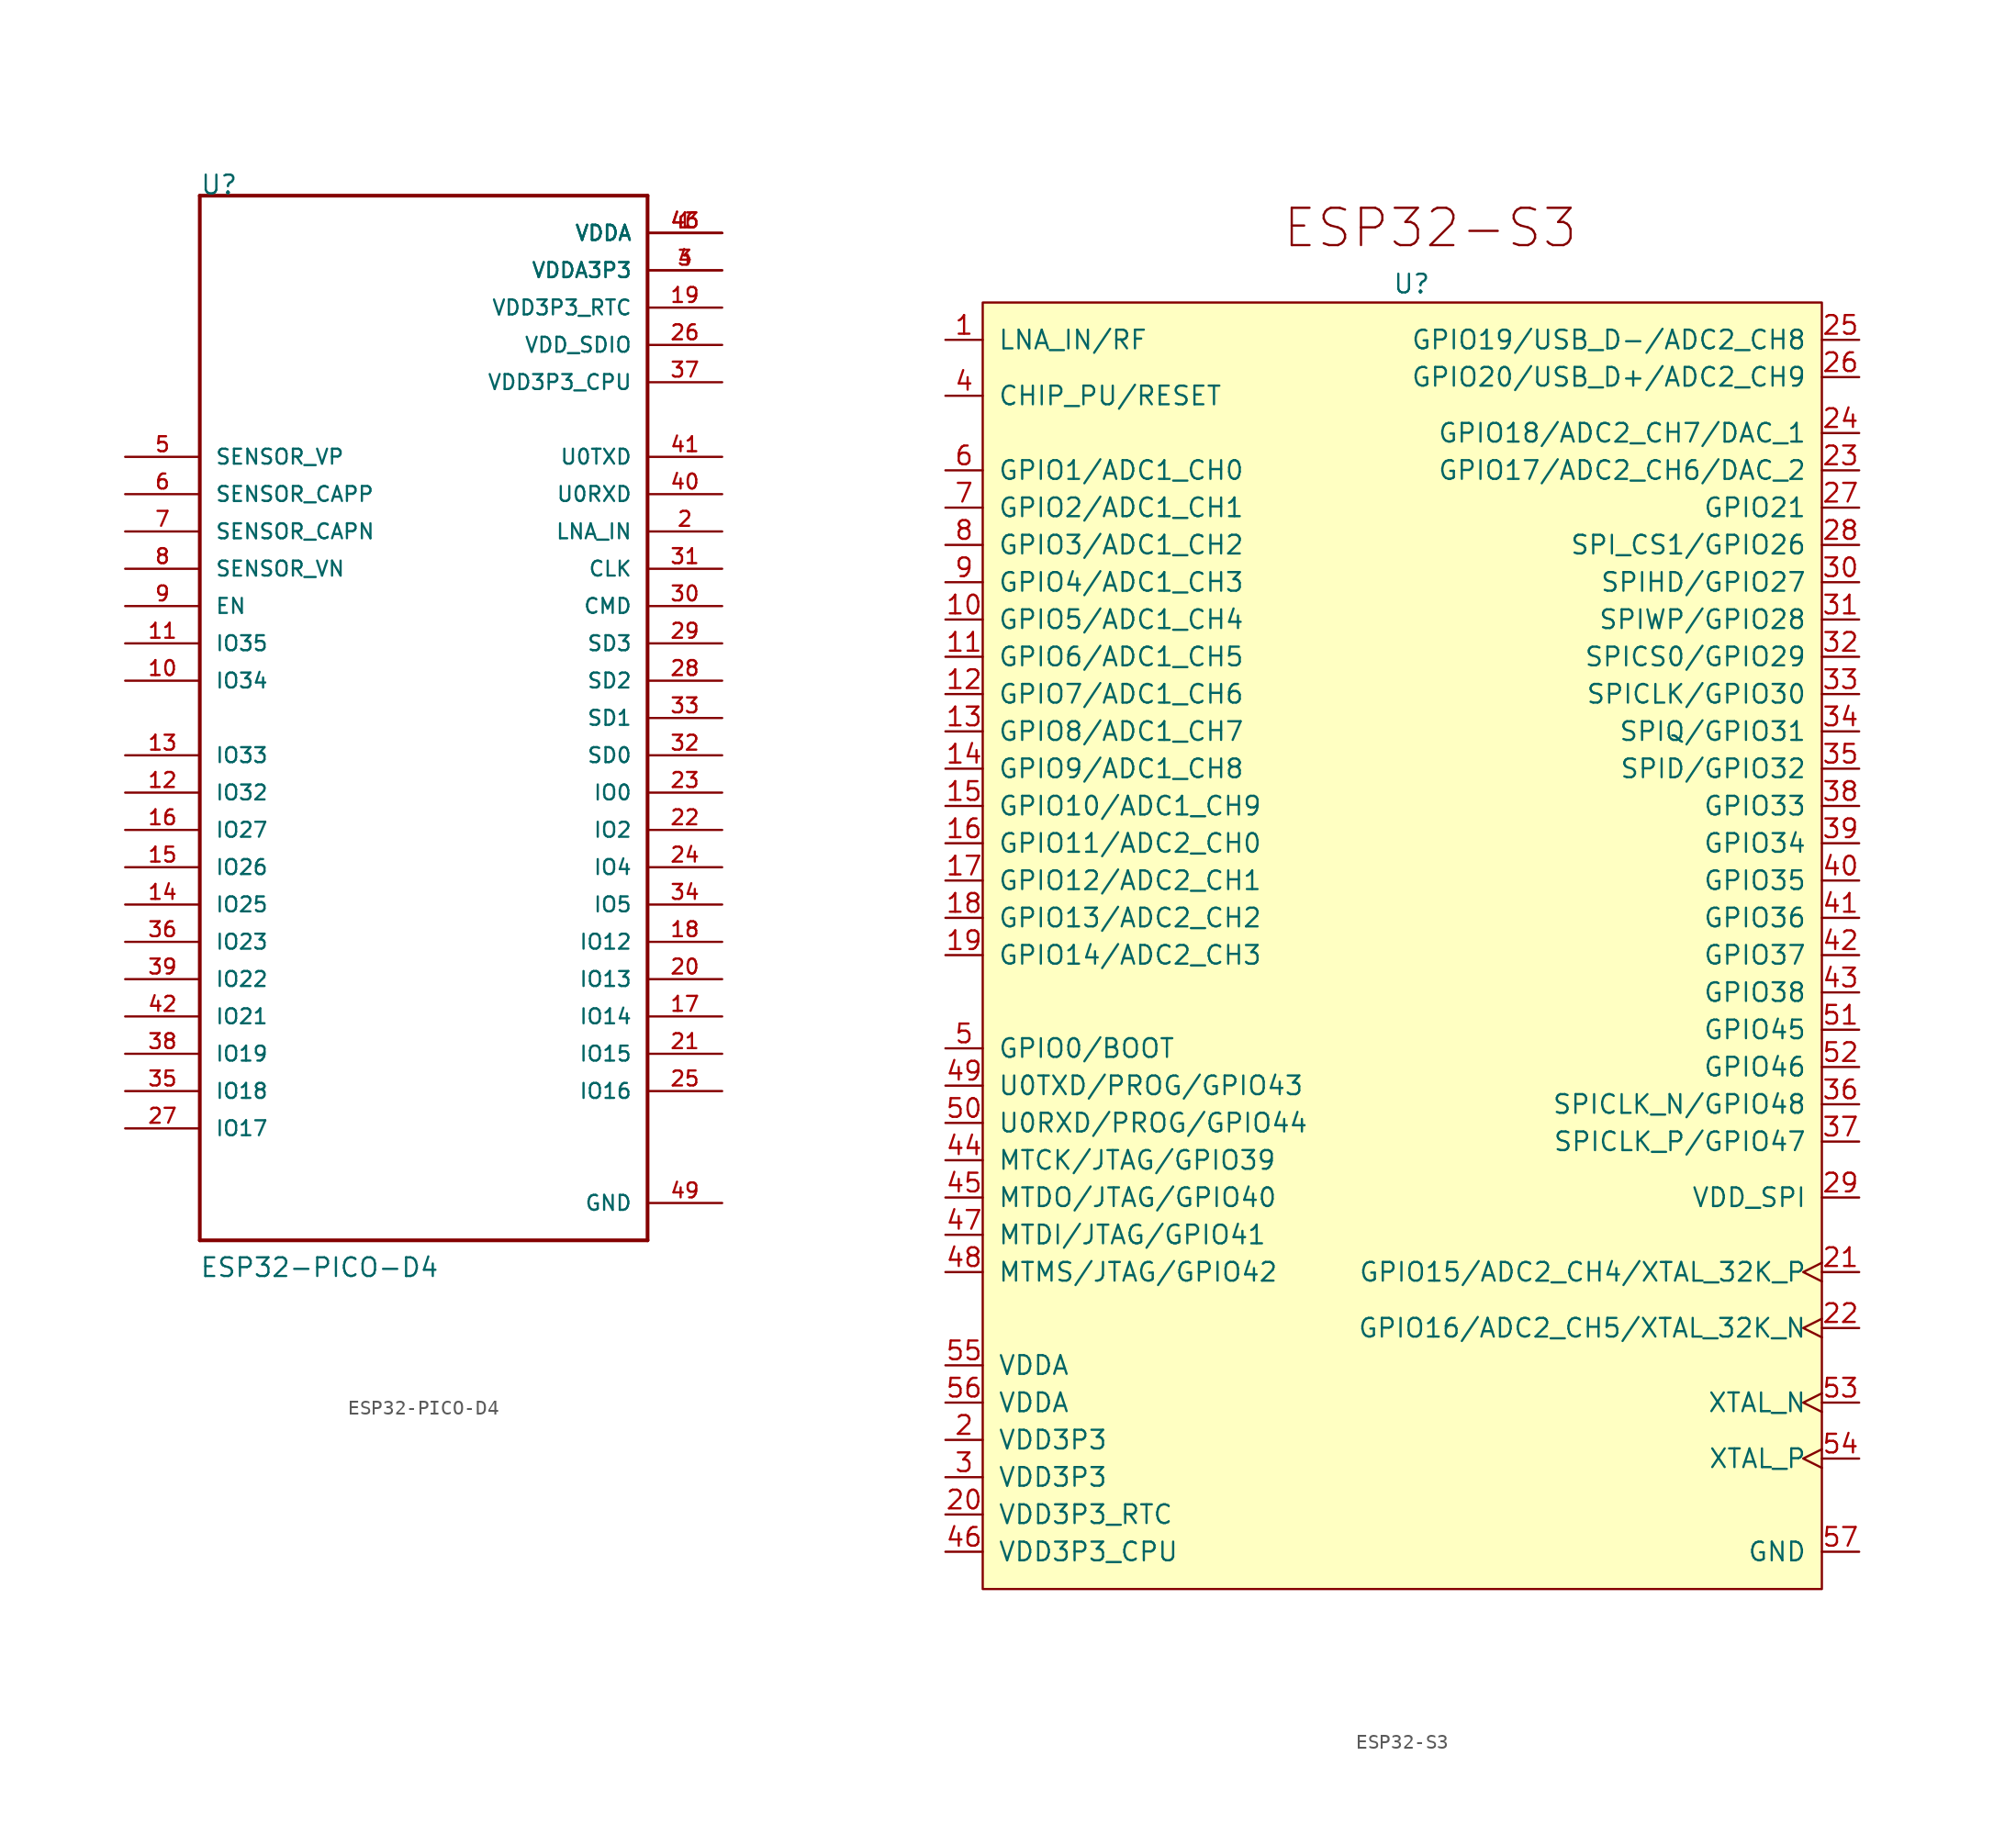
<source format=kicad_sym>
(kicad_symbol_lib
  (version 20211014)
  (generator kicad_symbol_editor)
  (symbol "ESP32-PICO-D4"
    (pin_names
      (offset 1.016))
    (property "Reference" "U"
      (at -15.24 35.56 0)
      (effects (font (size 1.27 1.27)) (justify left bottom)))
    (property "Value" "ESP32-PICO-D4"
      (at -15.265 -38.151 0)
      (effects (font (size 1.27 1.27)) (justify left bottom)))
    (symbol "ESP32-PICO-D4_0_0"
      (polyline (pts (xy -15.24 -35.56) (xy -15.24 35.56)) (stroke (width 0.254) (type default) (color 0 0 0 0)) (fill (type none)))
      (polyline (pts (xy -15.24 35.56) (xy 15.24 35.56)) (stroke (width 0.254) (type default) (color 0 0 0 0)) (fill (type none)))
      (polyline (pts (xy 15.24 -35.56) (xy -15.24 -35.56)) (stroke (width 0.254) (type default) (color 0 0 0 0)) (fill (type none)))
      (polyline (pts (xy 15.24 35.56) (xy 15.24 -35.56)) (stroke (width 0.254) (type default) (color 0 0 0 0)) (fill (type none)))
      (pin power_in line (at 20.32 33.02 180) (length 5.08) (name "VDDA" (effects (font (size 1.016 1.016)))) (number "1" (effects (font (size 1.016 1.016)))))
      (pin input line (at -20.32 2.54 0) (length 5.08) (name "IO34" (effects (font (size 1.016 1.016)))) (number "10" (effects (font (size 1.016 1.016)))))
      (pin input line (at -20.32 5.08 0) (length 5.08) (name "IO35" (effects (font (size 1.016 1.016)))) (number "11" (effects (font (size 1.016 1.016)))))
      (pin bidirectional line (at -20.32 -5.08 0) (length 5.08) (name "IO32" (effects (font (size 1.016 1.016)))) (number "12" (effects (font (size 1.016 1.016)))))
      (pin bidirectional line (at -20.32 -2.54 0) (length 5.08) (name "IO33" (effects (font (size 1.016 1.016)))) (number "13" (effects (font (size 1.016 1.016)))))
      (pin bidirectional line (at -20.32 -12.7 0) (length 5.08) (name "IO25" (effects (font (size 1.016 1.016)))) (number "14" (effects (font (size 1.016 1.016)))))
      (pin bidirectional line (at -20.32 -10.16 0) (length 5.08) (name "IO26" (effects (font (size 1.016 1.016)))) (number "15" (effects (font (size 1.016 1.016)))))
      (pin bidirectional line (at -20.32 -7.62 0) (length 5.08) (name "IO27" (effects (font (size 1.016 1.016)))) (number "16" (effects (font (size 1.016 1.016)))))
      (pin bidirectional line (at 20.32 -20.32 180) (length 5.08) (name "IO14" (effects (font (size 1.016 1.016)))) (number "17" (effects (font (size 1.016 1.016)))))
      (pin bidirectional line (at 20.32 -15.24 180) (length 5.08) (name "IO12" (effects (font (size 1.016 1.016)))) (number "18" (effects (font (size 1.016 1.016)))))
      (pin power_in line (at 20.32 27.94 180) (length 5.08) (name "VDD3P3_RTC" (effects (font (size 1.016 1.016)))) (number "19" (effects (font (size 1.016 1.016)))))
      (pin bidirectional line (at 20.32 12.7 180) (length 5.08) (name "LNA_IN" (effects (font (size 1.016 1.016)))) (number "2" (effects (font (size 1.016 1.016)))))
      (pin bidirectional line (at 20.32 -17.78 180) (length 5.08) (name "IO13" (effects (font (size 1.016 1.016)))) (number "20" (effects (font (size 1.016 1.016)))))
      (pin bidirectional line (at 20.32 -22.86 180) (length 5.08) (name "IO15" (effects (font (size 1.016 1.016)))) (number "21" (effects (font (size 1.016 1.016)))))
      (pin bidirectional line (at 20.32 -7.62 180) (length 5.08) (name "IO2" (effects (font (size 1.016 1.016)))) (number "22" (effects (font (size 1.016 1.016)))))
      (pin bidirectional line (at 20.32 -5.08 180) (length 5.08) (name "IO0" (effects (font (size 1.016 1.016)))) (number "23" (effects (font (size 1.016 1.016)))))
      (pin bidirectional line (at 20.32 -10.16 180) (length 5.08) (name "IO4" (effects (font (size 1.016 1.016)))) (number "24" (effects (font (size 1.016 1.016)))))
      (pin bidirectional line (at 20.32 -25.4 180) (length 5.08) (name "IO16" (effects (font (size 1.016 1.016)))) (number "25" (effects (font (size 1.016 1.016)))))
      (pin power_in line (at 20.32 25.4 180) (length 5.08) (name "VDD_SDIO" (effects (font (size 1.016 1.016)))) (number "26" (effects (font (size 1.016 1.016)))))
      (pin bidirectional line (at -20.32 -27.94 0) (length 5.08) (name "IO17" (effects (font (size 1.016 1.016)))) (number "27" (effects (font (size 1.016 1.016)))))
      (pin bidirectional line (at 20.32 2.54 180) (length 5.08) (name "SD2" (effects (font (size 1.016 1.016)))) (number "28" (effects (font (size 1.016 1.016)))))
      (pin bidirectional line (at 20.32 5.08 180) (length 5.08) (name "SD3" (effects (font (size 1.016 1.016)))) (number "29" (effects (font (size 1.016 1.016)))))
      (pin power_in line (at 20.32 30.48 180) (length 5.08) (name "VDDA3P3" (effects (font (size 1.016 1.016)))) (number "3" (effects (font (size 1.016 1.016)))))
      (pin bidirectional line (at 20.32 7.62 180) (length 5.08) (name "CMD" (effects (font (size 1.016 1.016)))) (number "30" (effects (font (size 1.016 1.016)))))
      (pin bidirectional line (at 20.32 10.16 180) (length 5.08) (name "CLK" (effects (font (size 1.016 1.016)))) (number "31" (effects (font (size 1.016 1.016)))))
      (pin bidirectional line (at 20.32 -2.54 180) (length 5.08) (name "SD0" (effects (font (size 1.016 1.016)))) (number "32" (effects (font (size 1.016 1.016)))))
      (pin bidirectional line (at 20.32 0 180) (length 5.08) (name "SD1" (effects (font (size 1.016 1.016)))) (number "33" (effects (font (size 1.016 1.016)))))
      (pin bidirectional line (at 20.32 -12.7 180) (length 5.08) (name "IO5" (effects (font (size 1.016 1.016)))) (number "34" (effects (font (size 1.016 1.016)))))
      (pin bidirectional line (at -20.32 -25.4 0) (length 5.08) (name "IO18" (effects (font (size 1.016 1.016)))) (number "35" (effects (font (size 1.016 1.016)))))
      (pin bidirectional line (at -20.32 -15.24 0) (length 5.08) (name "IO23" (effects (font (size 1.016 1.016)))) (number "36" (effects (font (size 1.016 1.016)))))
      (pin power_in line (at 20.32 22.86 180) (length 5.08) (name "VDD3P3_CPU" (effects (font (size 1.016 1.016)))) (number "37" (effects (font (size 1.016 1.016)))))
      (pin bidirectional line (at -20.32 -22.86 0) (length 5.08) (name "IO19" (effects (font (size 1.016 1.016)))) (number "38" (effects (font (size 1.016 1.016)))))
      (pin bidirectional line (at -20.32 -17.78 0) (length 5.08) (name "IO22" (effects (font (size 1.016 1.016)))) (number "39" (effects (font (size 1.016 1.016)))))
      (pin power_in line (at 20.32 30.48 180) (length 5.08) (name "VDDA3P3" (effects (font (size 1.016 1.016)))) (number "4" (effects (font (size 1.016 1.016)))))
      (pin bidirectional line (at 20.32 15.24 180) (length 5.08) (name "U0RXD" (effects (font (size 1.016 1.016)))) (number "40" (effects (font (size 1.016 1.016)))))
      (pin bidirectional line (at 20.32 17.78 180) (length 5.08) (name "U0TXD" (effects (font (size 1.016 1.016)))) (number "41" (effects (font (size 1.016 1.016)))))
      (pin bidirectional line (at -20.32 -20.32 0) (length 5.08) (name "IO21" (effects (font (size 1.016 1.016)))) (number "42" (effects (font (size 1.016 1.016)))))
      (pin power_in line (at 20.32 33.02 180) (length 5.08) (name "VDDA" (effects (font (size 1.016 1.016)))) (number "43" (effects (font (size 1.016 1.016)))))
      (pin power_in line (at 20.32 33.02 180) (length 5.08) (name "VDDA" (effects (font (size 1.016 1.016)))) (number "46" (effects (font (size 1.016 1.016)))))
      (pin power_in line (at 20.32 -33.02 180) (length 5.08) (name "GND" (effects (font (size 1.016 1.016)))) (number "49" (effects (font (size 1.016 1.016)))))
      (pin input line (at -20.32 17.78 0) (length 5.08) (name "SENSOR_VP" (effects (font (size 1.016 1.016)))) (number "5" (effects (font (size 1.016 1.016)))))
      (pin input line (at -20.32 15.24 0) (length 5.08) (name "SENSOR_CAPP" (effects (font (size 1.016 1.016)))) (number "6" (effects (font (size 1.016 1.016)))))
      (pin input line (at -20.32 12.7 0) (length 5.08) (name "SENSOR_CAPN" (effects (font (size 1.016 1.016)))) (number "7" (effects (font (size 1.016 1.016)))))
      (pin input line (at -20.32 10.16 0) (length 5.08) (name "SENSOR_VN" (effects (font (size 1.016 1.016)))) (number "8" (effects (font (size 1.016 1.016)))))
      (pin input line (at -20.32 7.62 0) (length 5.08) (name "EN" (effects (font (size 1.016 1.016)))) (number "9" (effects (font (size 1.016 1.016)))))))
  (symbol "ESP32-S3"
    (pin_names
      (offset 1.016))
    (property "Reference" "U"
      (at 0 46.99 0)
      (effects (font (size 1.27 1.27))))
    (symbol "ESP32-S3_0_0"
      (text "ESP32-S3" (at 1.27 50.8 0) (effects (font (size 2.54 2.54))))
      (pin bidirectional line (at 30.48 -8.89 180) (length 2.54) (name "SPICLK_N/GPIO48" (effects (font (size 1.27 1.27)))) (number "36" (effects (font (size 1.27 1.27)))))
      (pin bidirectional line (at 30.48 -11.43 180) (length 2.54) (name "SPICLK_P/GPIO47" (effects (font (size 1.27 1.27)))) (number "37" (effects (font (size 1.27 1.27))))))
    (symbol "ESP32-S3_0_1"
      (rectangle (start -29.21 45.72) (end 27.94 -41.91) (stroke (width 0) (type default) (color 0 0 0 0)) (fill (type background))))
    (symbol "ESP32-S3_1_1"
      (pin bidirectional line (at -31.75 43.18 0) (length 2.54) (name "LNA_IN/RF" (effects (font (size 1.27 1.27)))) (number "1" (effects (font (size 1.27 1.27)))))
      (pin bidirectional line (at -31.75 24.13 0) (length 2.54) (name "GPIO5/ADC1_CH4" (effects (font (size 1.27 1.27)))) (number "10" (effects (font (size 1.27 1.27)))))
      (pin bidirectional line (at -31.75 21.59 0) (length 2.54) (name "GPIO6/ADC1_CH5" (effects (font (size 1.27 1.27)))) (number "11" (effects (font (size 1.27 1.27)))))
      (pin bidirectional line (at -31.75 19.05 0) (length 2.54) (name "GPIO7/ADC1_CH6" (effects (font (size 1.27 1.27)))) (number "12" (effects (font (size 1.27 1.27)))))
      (pin bidirectional line (at -31.75 16.51 0) (length 2.54) (name "GPIO8/ADC1_CH7" (effects (font (size 1.27 1.27)))) (number "13" (effects (font (size 1.27 1.27)))))
      (pin bidirectional line (at -31.75 13.97 0) (length 2.54) (name "GPIO9/ADC1_CH8" (effects (font (size 1.27 1.27)))) (number "14" (effects (font (size 1.27 1.27)))))
      (pin bidirectional line (at -31.75 11.43 0) (length 2.54) (name "GPIO10/ADC1_CH9" (effects (font (size 1.27 1.27)))) (number "15" (effects (font (size 1.27 1.27)))))
      (pin bidirectional line (at -31.75 8.89 0) (length 2.54) (name "GPIO11/ADC2_CH0" (effects (font (size 1.27 1.27)))) (number "16" (effects (font (size 1.27 1.27)))))
      (pin bidirectional line (at -31.75 6.35 0) (length 2.54) (name "GPIO12/ADC2_CH1" (effects (font (size 1.27 1.27)))) (number "17" (effects (font (size 1.27 1.27)))))
      (pin bidirectional line (at -31.75 3.81 0) (length 2.54) (name "GPIO13/ADC2_CH2" (effects (font (size 1.27 1.27)))) (number "18" (effects (font (size 1.27 1.27)))))
      (pin bidirectional line (at -31.75 1.27 0) (length 2.54) (name "GPIO14/ADC2_CH3" (effects (font (size 1.27 1.27)))) (number "19" (effects (font (size 1.27 1.27)))))
      (pin power_in line (at -31.75 -31.75 0) (length 2.54) (name "VDD3P3" (effects (font (size 1.27 1.27)))) (number "2" (effects (font (size 1.27 1.27)))))
      (pin power_in line (at -31.75 -36.83 0) (length 2.54) (name "VDD3P3_RTC" (effects (font (size 1.27 1.27)))) (number "20" (effects (font (size 1.27 1.27)))))
      (pin input clock (at 30.48 -20.32 180) (length 2.54) (name "GPIO15/ADC2_CH4/XTAL_32K_P" (effects (font (size 1.27 1.27)))) (number "21" (effects (font (size 1.27 1.27)))))
      (pin output clock (at 30.48 -24.13 180) (length 2.54) (name "GPIO16/ADC2_CH5/XTAL_32K_N" (effects (font (size 1.27 1.27)))) (number "22" (effects (font (size 1.27 1.27)))))
      (pin bidirectional line (at 30.48 34.29 180) (length 2.54) (name "GPIO17/ADC2_CH6/DAC_2" (effects (font (size 1.27 1.27)))) (number "23" (effects (font (size 1.27 1.27)))))
      (pin bidirectional line (at 30.48 36.83 180) (length 2.54) (name "GPIO18/ADC2_CH7/DAC_1" (effects (font (size 1.27 1.27)))) (number "24" (effects (font (size 1.27 1.27)))))
      (pin bidirectional line (at 30.48 43.18 180) (length 2.54) (name "GPIO19/USB_D-/ADC2_CH8" (effects (font (size 1.27 1.27)))) (number "25" (effects (font (size 1.27 1.27)))))
      (pin bidirectional line (at 30.48 40.64 180) (length 2.54) (name "GPIO20/USB_D+/ADC2_CH9" (effects (font (size 1.27 1.27)))) (number "26" (effects (font (size 1.27 1.27)))))
      (pin bidirectional line (at 30.48 31.75 180) (length 2.54) (name "GPIO21" (effects (font (size 1.27 1.27)))) (number "27" (effects (font (size 1.27 1.27)))))
      (pin bidirectional line (at 30.48 29.21 180) (length 2.54) (name "SPI_CS1/GPIO26" (effects (font (size 1.27 1.27)))) (number "28" (effects (font (size 1.27 1.27)))))
      (pin power_out line (at 30.48 -15.24 180) (length 2.54) (name "VDD_SPI" (effects (font (size 1.27 1.27)))) (number "29" (effects (font (size 1.27 1.27)))))
      (pin power_in line (at -31.75 -34.29 0) (length 2.54) (name "VDD3P3" (effects (font (size 1.27 1.27)))) (number "3" (effects (font (size 1.27 1.27)))))
      (pin bidirectional line (at 30.48 26.67 180) (length 2.54) (name "SPIHD/GPIO27" (effects (font (size 1.27 1.27)))) (number "30" (effects (font (size 1.27 1.27)))))
      (pin bidirectional line (at 30.48 24.13 180) (length 2.54) (name "SPIWP/GPIO28" (effects (font (size 1.27 1.27)))) (number "31" (effects (font (size 1.27 1.27)))))
      (pin bidirectional line (at 30.48 21.59 180) (length 2.54) (name "SPICS0/GPIO29" (effects (font (size 1.27 1.27)))) (number "32" (effects (font (size 1.27 1.27)))))
      (pin bidirectional line (at 30.48 19.05 180) (length 2.54) (name "SPICLK/GPIO30" (effects (font (size 1.27 1.27)))) (number "33" (effects (font (size 1.27 1.27)))))
      (pin bidirectional line (at 30.48 16.51 180) (length 2.54) (name "SPIQ/GPIO31" (effects (font (size 1.27 1.27)))) (number "34" (effects (font (size 1.27 1.27)))))
      (pin bidirectional line (at 30.48 13.97 180) (length 2.54) (name "SPID/GPIO32" (effects (font (size 1.27 1.27)))) (number "35" (effects (font (size 1.27 1.27)))))
      (pin bidirectional line (at 30.48 11.43 180) (length 2.54) (name "GPIO33" (effects (font (size 1.27 1.27)))) (number "38" (effects (font (size 1.27 1.27)))))
      (pin bidirectional line (at 30.48 8.89 180) (length 2.54) (name "GPIO34" (effects (font (size 1.27 1.27)))) (number "39" (effects (font (size 1.27 1.27)))))
      (pin input line (at -31.75 39.37 0) (length 2.54) (name "CHIP_PU/RESET" (effects (font (size 1.27 1.27)))) (number "4" (effects (font (size 1.27 1.27)))))
      (pin bidirectional line (at 30.48 6.35 180) (length 2.54) (name "GPIO35" (effects (font (size 1.27 1.27)))) (number "40" (effects (font (size 1.27 1.27)))))
      (pin bidirectional line (at 30.48 3.81 180) (length 2.54) (name "GPIO36" (effects (font (size 1.27 1.27)))) (number "41" (effects (font (size 1.27 1.27)))))
      (pin bidirectional line (at 30.48 1.27 180) (length 2.54) (name "GPIO37" (effects (font (size 1.27 1.27)))) (number "42" (effects (font (size 1.27 1.27)))))
      (pin bidirectional line (at 30.48 -1.27 180) (length 2.54) (name "GPIO38" (effects (font (size 1.27 1.27)))) (number "43" (effects (font (size 1.27 1.27)))))
      (pin bidirectional line (at -31.75 -12.7 0) (length 2.54) (name "MTCK/JTAG/GPIO39" (effects (font (size 1.27 1.27)))) (number "44" (effects (font (size 1.27 1.27)))))
      (pin bidirectional line (at -31.75 -15.24 0) (length 2.54) (name "MTDO/JTAG/GPIO40" (effects (font (size 1.27 1.27)))) (number "45" (effects (font (size 1.27 1.27)))))
      (pin power_in line (at -31.75 -39.37 0) (length 2.54) (name "VDD3P3_CPU" (effects (font (size 1.27 1.27)))) (number "46" (effects (font (size 1.27 1.27)))))
      (pin bidirectional line (at -31.75 -17.78 0) (length 2.54) (name "MTDI/JTAG/GPIO41" (effects (font (size 1.27 1.27)))) (number "47" (effects (font (size 1.27 1.27)))))
      (pin bidirectional line (at -31.75 -20.32 0) (length 2.54) (name "MTMS/JTAG/GPIO42" (effects (font (size 1.27 1.27)))) (number "48" (effects (font (size 1.27 1.27)))))
      (pin bidirectional line (at -31.75 -7.62 0) (length 2.54) (name "U0TXD/PROG/GPIO43" (effects (font (size 1.27 1.27)))) (number "49" (effects (font (size 1.27 1.27)))))
      (pin bidirectional line (at -31.75 -5.08 0) (length 2.54) (name "GPIO0/BOOT" (effects (font (size 1.27 1.27)))) (number "5" (effects (font (size 1.27 1.27)))))
      (pin bidirectional line (at -31.75 -10.16 0) (length 2.54) (name "U0RXD/PROG/GPIO44" (effects (font (size 1.27 1.27)))) (number "50" (effects (font (size 1.27 1.27)))))
      (pin bidirectional line (at 30.48 -3.81 180) (length 2.54) (name "GPIO45" (effects (font (size 1.27 1.27)))) (number "51" (effects (font (size 1.27 1.27)))))
      (pin bidirectional line (at 30.48 -6.35 180) (length 2.54) (name "GPIO46" (effects (font (size 1.27 1.27)))) (number "52" (effects (font (size 1.27 1.27)))))
      (pin input clock (at 30.48 -29.21 180) (length 2.54) (name "XTAL_N" (effects (font (size 1.27 1.27)))) (number "53" (effects (font (size 1.27 1.27)))))
      (pin output clock (at 30.48 -33.02 180) (length 2.54) (name "XTAL_P" (effects (font (size 1.27 1.27)))) (number "54" (effects (font (size 1.27 1.27)))))
      (pin power_in line (at -31.75 -26.67 0) (length 2.54) (name "VDDA" (effects (font (size 1.27 1.27)))) (number "55" (effects (font (size 1.27 1.27)))))
      (pin power_in line (at -31.75 -29.21 0) (length 2.54) (name "VDDA" (effects (font (size 1.27 1.27)))) (number "56" (effects (font (size 1.27 1.27)))))
      (pin power_in line (at 30.48 -39.37 180) (length 2.54) (name "GND" (effects (font (size 1.27 1.27)))) (number "57" (effects (font (size 1.27 1.27)))))
      (pin bidirectional line (at -31.75 34.29 0) (length 2.54) (name "GPIO1/ADC1_CH0" (effects (font (size 1.27 1.27)))) (number "6" (effects (font (size 1.27 1.27)))))
      (pin bidirectional line (at -31.75 31.75 0) (length 2.54) (name "GPIO2/ADC1_CH1" (effects (font (size 1.27 1.27)))) (number "7" (effects (font (size 1.27 1.27)))))
      (pin bidirectional line (at -31.75 29.21 0) (length 2.54) (name "GPIO3/ADC1_CH2" (effects (font (size 1.27 1.27)))) (number "8" (effects (font (size 1.27 1.27)))))
      (pin bidirectional line (at -31.75 26.67 0) (length 2.54) (name "GPIO4/ADC1_CH3" (effects (font (size 1.27 1.27)))) (number "9" (effects (font (size 1.27 1.27))))))))
</source>
